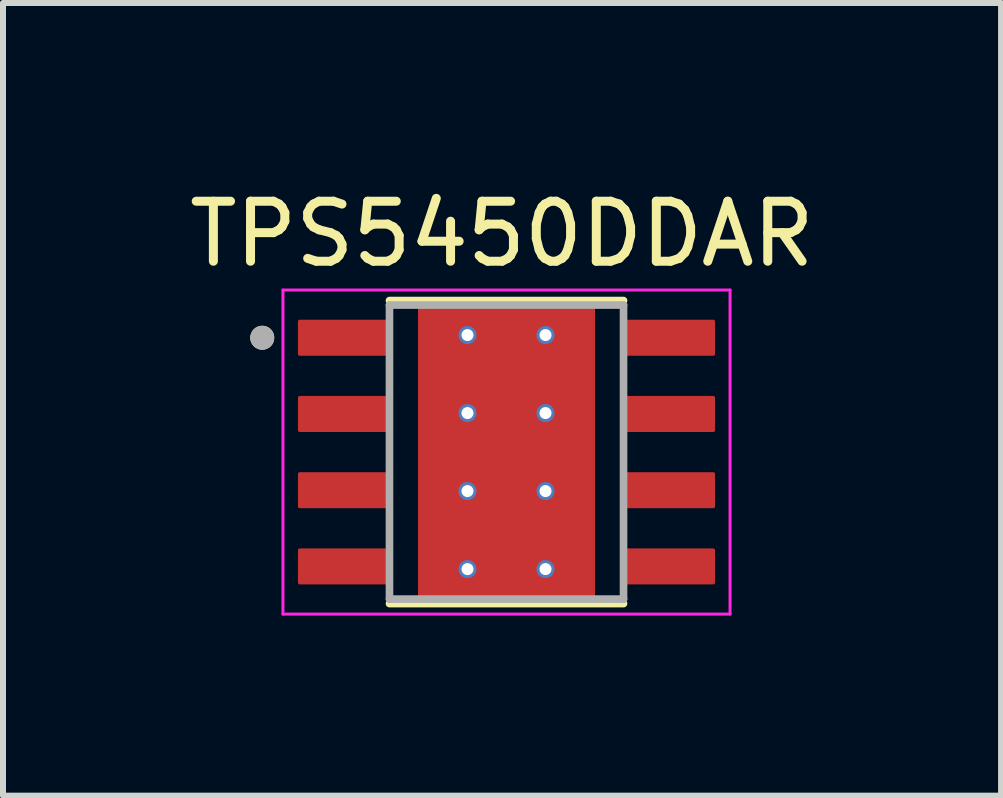
<source format=kicad_pcb>
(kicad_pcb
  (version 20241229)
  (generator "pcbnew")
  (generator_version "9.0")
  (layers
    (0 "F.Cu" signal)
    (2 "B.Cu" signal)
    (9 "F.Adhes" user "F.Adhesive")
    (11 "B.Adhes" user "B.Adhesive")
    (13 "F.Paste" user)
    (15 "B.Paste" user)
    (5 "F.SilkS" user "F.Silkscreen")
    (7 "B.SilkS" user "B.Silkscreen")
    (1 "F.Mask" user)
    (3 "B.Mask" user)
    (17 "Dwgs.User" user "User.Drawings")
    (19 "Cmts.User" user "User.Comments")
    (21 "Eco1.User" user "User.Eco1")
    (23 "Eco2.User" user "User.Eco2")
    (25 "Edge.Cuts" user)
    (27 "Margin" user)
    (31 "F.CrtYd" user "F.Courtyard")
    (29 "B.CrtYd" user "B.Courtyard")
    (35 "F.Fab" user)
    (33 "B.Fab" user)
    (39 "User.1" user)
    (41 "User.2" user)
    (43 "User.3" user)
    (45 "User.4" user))
  (footprint "TPS5450DDAR"
    (layer "F.Cu")
    (at 5.39 4.483)
    (property "Reference" "TPS5450DDAR" (at -0.075 -3.635 0) (layer "F.SilkS") (effects (font (size 1 1) (thickness 0.15))))
    (attr smd)
    (fp_poly (pts (xy -1.3 -1.55) (xy 1.3 -1.55) (xy 1.3 1.55) (xy -1.3 1.55)) (stroke (width 0.01) (type solid)) (fill yes) (layer "F.Mask"))
    (fp_poly (pts (xy -1.905 -1.535) (xy -3.495 -1.535) (xy -3.498 -1.535) (xy -3.5 -1.535) (xy -3.503 -1.536) (xy -3.505 -1.536) (xy -3.508 -1.537) (xy -3.51 -1.537) (xy -3.513 -1.538) (xy -3.515 -1.539) (xy -3.518 -1.54) (xy -3.52 -1.542) (xy -3.522 -1.543) (xy -3.524 -1.545) (xy -3.526 -1.546) (xy -3.528 -1.548) (xy -3.53 -1.55) (xy -3.532 -1.552) (xy -3.534 -1.554) (xy -3.535 -1.556) (xy -3.537 -1.558) (xy -3.538 -1.56) (xy -3.54 -1.562) (xy -3.541 -1.565) (xy -3.542 -1.567) (xy -3.543 -1.57) (xy -3.543 -1.572) (xy -3.544 -1.575) (xy -3.544 -1.577) (xy -3.545 -1.58) (xy -3.545 -1.582) (xy -3.545 -1.585) (xy -3.545 -2.225) (xy -3.545 -2.228) (xy -3.545 -2.23) (xy -3.544 -2.233) (xy -3.544 -2.235) (xy -3.543 -2.238) (xy -3.543 -2.24) (xy -3.542 -2.243) (xy -3.541 -2.245) (xy -3.54 -2.248) (xy -3.538 -2.25) (xy -3.537 -2.252) (xy -3.535 -2.254) (xy -3.534 -2.256) (xy -3.532 -2.258) (xy -3.53 -2.26) (xy -3.528 -2.262) (xy -3.526 -2.264) (xy -3.524 -2.265) (xy -3.522 -2.267) (xy -3.52 -2.268) (xy -3.518 -2.27) (xy -3.515 -2.271) (xy -3.513 -2.272) (xy -3.51 -2.273) (xy -3.508 -2.273) (xy -3.505 -2.274) (xy -3.503 -2.274) (xy -3.5 -2.275) (xy -3.498 -2.275) (xy -3.495 -2.275) (xy -1.905 -2.275) (xy -1.902 -2.275) (xy -1.9 -2.275) (xy -1.897 -2.274) (xy -1.895 -2.274) (xy -1.892 -2.273) (xy -1.89 -2.273) (xy -1.887 -2.272) (xy -1.885 -2.271) (xy -1.882 -2.27) (xy -1.88 -2.268) (xy -1.878 -2.267) (xy -1.876 -2.265) (xy -1.874 -2.264) (xy -1.872 -2.262) (xy -1.87 -2.26) (xy -1.868 -2.258) (xy -1.866 -2.256) (xy -1.865 -2.254) (xy -1.863 -2.252) (xy -1.862 -2.25) (xy -1.86 -2.248) (xy -1.859 -2.245) (xy -1.858 -2.243) (xy -1.857 -2.24) (xy -1.857 -2.238) (xy -1.856 -2.235) (xy -1.856 -2.233) (xy -1.855 -2.23) (xy -1.855 -2.228) (xy -1.855 -2.225) (xy -1.855 -1.585) (xy -1.855 -1.582) (xy -1.855 -1.58) (xy -1.856 -1.577) (xy -1.856 -1.575) (xy -1.857 -1.572) (xy -1.857 -1.57) (xy -1.858 -1.567) (xy -1.859 -1.565) (xy -1.86 -1.562) (xy -1.862 -1.56) (xy -1.863 -1.558) (xy -1.865 -1.556) (xy -1.866 -1.554) (xy -1.868 -1.552) (xy -1.87 -1.55) (xy -1.872 -1.548) (xy -1.874 -1.546) (xy -1.876 -1.545) (xy -1.878 -1.543) (xy -1.88 -1.542) (xy -1.882 -1.54) (xy -1.885 -1.539) (xy -1.887 -1.538) (xy -1.89 -1.537) (xy -1.892 -1.537) (xy -1.895 -1.536) (xy -1.897 -1.536) (xy -1.9 -1.535) (xy -1.902 -1.535) (xy -1.905 -1.535)) (stroke (width 0.01) (type solid)) (fill yes) (layer "F.Mask"))
    (fp_poly (pts (xy -1.905 -0.265) (xy -3.495 -0.265) (xy -3.498 -0.265) (xy -3.5 -0.265) (xy -3.503 -0.266) (xy -3.505 -0.266) (xy -3.508 -0.267) (xy -3.51 -0.267) (xy -3.513 -0.268) (xy -3.515 -0.269) (xy -3.518 -0.27) (xy -3.52 -0.272) (xy -3.522 -0.273) (xy -3.524 -0.275) (xy -3.526 -0.276) (xy -3.528 -0.278) (xy -3.53 -0.28) (xy -3.532 -0.282) (xy -3.534 -0.284) (xy -3.535 -0.286) (xy -3.537 -0.288) (xy -3.538 -0.29) (xy -3.54 -0.292) (xy -3.541 -0.295) (xy -3.542 -0.297) (xy -3.543 -0.3) (xy -3.543 -0.302) (xy -3.544 -0.305) (xy -3.544 -0.307) (xy -3.545 -0.31) (xy -3.545 -0.312) (xy -3.545 -0.315) (xy -3.545 -0.955) (xy -3.545 -0.958) (xy -3.545 -0.96) (xy -3.544 -0.963) (xy -3.544 -0.965) (xy -3.543 -0.968) (xy -3.543 -0.97) (xy -3.542 -0.973) (xy -3.541 -0.975) (xy -3.54 -0.978) (xy -3.538 -0.98) (xy -3.537 -0.982) (xy -3.535 -0.984) (xy -3.534 -0.986) (xy -3.532 -0.988) (xy -3.53 -0.99) (xy -3.528 -0.992) (xy -3.526 -0.994) (xy -3.524 -0.995) (xy -3.522 -0.997) (xy -3.52 -0.998) (xy -3.518 -1) (xy -3.515 -1.001) (xy -3.513 -1.002) (xy -3.51 -1.003) (xy -3.508 -1.003) (xy -3.505 -1.004) (xy -3.503 -1.004) (xy -3.5 -1.005) (xy -3.498 -1.005) (xy -3.495 -1.005) (xy -1.905 -1.005) (xy -1.902 -1.005) (xy -1.9 -1.005) (xy -1.897 -1.004) (xy -1.895 -1.004) (xy -1.892 -1.003) (xy -1.89 -1.003) (xy -1.887 -1.002) (xy -1.885 -1.001) (xy -1.882 -1) (xy -1.88 -0.998) (xy -1.878 -0.997) (xy -1.876 -0.995) (xy -1.874 -0.994) (xy -1.872 -0.992) (xy -1.87 -0.99) (xy -1.868 -0.988) (xy -1.866 -0.986) (xy -1.865 -0.984) (xy -1.863 -0.982) (xy -1.862 -0.98) (xy -1.86 -0.978) (xy -1.859 -0.975) (xy -1.858 -0.973) (xy -1.857 -0.97) (xy -1.857 -0.968) (xy -1.856 -0.965) (xy -1.856 -0.963) (xy -1.855 -0.96) (xy -1.855 -0.958) (xy -1.855 -0.955) (xy -1.855 -0.315) (xy -1.855 -0.312) (xy -1.855 -0.31) (xy -1.856 -0.307) (xy -1.856 -0.305) (xy -1.857 -0.302) (xy -1.857 -0.3) (xy -1.858 -0.297) (xy -1.859 -0.295) (xy -1.86 -0.292) (xy -1.862 -0.29) (xy -1.863 -0.288) (xy -1.865 -0.286) (xy -1.866 -0.284) (xy -1.868 -0.282) (xy -1.87 -0.28) (xy -1.872 -0.278) (xy -1.874 -0.276) (xy -1.876 -0.275) (xy -1.878 -0.273) (xy -1.88 -0.272) (xy -1.882 -0.27) (xy -1.885 -0.269) (xy -1.887 -0.268) (xy -1.89 -0.267) (xy -1.892 -0.267) (xy -1.895 -0.266) (xy -1.897 -0.266) (xy -1.9 -0.265) (xy -1.902 -0.265) (xy -1.905 -0.265)) (stroke (width 0.01) (type solid)) (fill yes) (layer "F.Mask"))
    (fp_poly (pts (xy -1.905 1.005) (xy -3.495 1.005) (xy -3.498 1.005) (xy -3.5 1.005) (xy -3.503 1.004) (xy -3.505 1.004) (xy -3.508 1.003) (xy -3.51 1.003) (xy -3.513 1.002) (xy -3.515 1.001) (xy -3.518 1) (xy -3.52 0.998) (xy -3.522 0.997) (xy -3.524 0.995) (xy -3.526 0.994) (xy -3.528 0.992) (xy -3.53 0.99) (xy -3.532 0.988) (xy -3.534 0.986) (xy -3.535 0.984) (xy -3.537 0.982) (xy -3.538 0.98) (xy -3.54 0.978) (xy -3.541 0.975) (xy -3.542 0.973) (xy -3.543 0.97) (xy -3.543 0.968) (xy -3.544 0.965) (xy -3.544 0.963) (xy -3.545 0.96) (xy -3.545 0.958) (xy -3.545 0.955) (xy -3.545 0.315) (xy -3.545 0.312) (xy -3.545 0.31) (xy -3.544 0.307) (xy -3.544 0.305) (xy -3.543 0.302) (xy -3.543 0.3) (xy -3.542 0.297) (xy -3.541 0.295) (xy -3.54 0.292) (xy -3.538 0.29) (xy -3.537 0.288) (xy -3.535 0.286) (xy -3.534 0.284) (xy -3.532 0.282) (xy -3.53 0.28) (xy -3.528 0.278) (xy -3.526 0.276) (xy -3.524 0.275) (xy -3.522 0.273) (xy -3.52 0.272) (xy -3.518 0.27) (xy -3.515 0.269) (xy -3.513 0.268) (xy -3.51 0.267) (xy -3.508 0.267) (xy -3.505 0.266) (xy -3.503 0.266) (xy -3.5 0.265) (xy -3.498 0.265) (xy -3.495 0.265) (xy -1.905 0.265) (xy -1.902 0.265) (xy -1.9 0.265) (xy -1.897 0.266) (xy -1.895 0.266) (xy -1.892 0.267) (xy -1.89 0.267) (xy -1.887 0.268) (xy -1.885 0.269) (xy -1.882 0.27) (xy -1.88 0.272) (xy -1.878 0.273) (xy -1.876 0.275) (xy -1.874 0.276) (xy -1.872 0.278) (xy -1.87 0.28) (xy -1.868 0.282) (xy -1.866 0.284) (xy -1.865 0.286) (xy -1.863 0.288) (xy -1.862 0.29) (xy -1.86 0.292) (xy -1.859 0.295) (xy -1.858 0.297) (xy -1.857 0.3) (xy -1.857 0.302) (xy -1.856 0.305) (xy -1.856 0.307) (xy -1.855 0.31) (xy -1.855 0.312) (xy -1.855 0.315) (xy -1.855 0.955) (xy -1.855 0.958) (xy -1.855 0.96) (xy -1.856 0.963) (xy -1.856 0.965) (xy -1.857 0.968) (xy -1.857 0.97) (xy -1.858 0.973) (xy -1.859 0.975) (xy -1.86 0.978) (xy -1.862 0.98) (xy -1.863 0.982) (xy -1.865 0.984) (xy -1.866 0.986) (xy -1.868 0.988) (xy -1.87 0.99) (xy -1.872 0.992) (xy -1.874 0.994) (xy -1.876 0.995) (xy -1.878 0.997) (xy -1.88 0.998) (xy -1.882 1) (xy -1.885 1.001) (xy -1.887 1.002) (xy -1.89 1.003) (xy -1.892 1.003) (xy -1.895 1.004) (xy -1.897 1.004) (xy -1.9 1.005) (xy -1.902 1.005) (xy -1.905 1.005)) (stroke (width 0.01) (type solid)) (fill yes) (layer "F.Mask"))
    (fp_poly (pts (xy -1.905 2.275) (xy -3.495 2.275) (xy -3.498 2.275) (xy -3.5 2.275) (xy -3.503 2.274) (xy -3.505 2.274) (xy -3.508 2.273) (xy -3.51 2.273) (xy -3.513 2.272) (xy -3.515 2.271) (xy -3.518 2.27) (xy -3.52 2.268) (xy -3.522 2.267) (xy -3.524 2.265) (xy -3.526 2.264) (xy -3.528 2.262) (xy -3.53 2.26) (xy -3.532 2.258) (xy -3.534 2.256) (xy -3.535 2.254) (xy -3.537 2.252) (xy -3.538 2.25) (xy -3.54 2.248) (xy -3.541 2.245) (xy -3.542 2.243) (xy -3.543 2.24) (xy -3.543 2.238) (xy -3.544 2.235) (xy -3.544 2.233) (xy -3.545 2.23) (xy -3.545 2.228) (xy -3.545 2.225) (xy -3.545 1.585) (xy -3.545 1.582) (xy -3.545 1.58) (xy -3.544 1.577) (xy -3.544 1.575) (xy -3.543 1.572) (xy -3.543 1.57) (xy -3.542 1.567) (xy -3.541 1.565) (xy -3.54 1.562) (xy -3.538 1.56) (xy -3.537 1.558) (xy -3.535 1.556) (xy -3.534 1.554) (xy -3.532 1.552) (xy -3.53 1.55) (xy -3.528 1.548) (xy -3.526 1.546) (xy -3.524 1.545) (xy -3.522 1.543) (xy -3.52 1.542) (xy -3.518 1.54) (xy -3.515 1.539) (xy -3.513 1.538) (xy -3.51 1.537) (xy -3.508 1.537) (xy -3.505 1.536) (xy -3.503 1.536) (xy -3.5 1.535) (xy -3.498 1.535) (xy -3.495 1.535) (xy -1.905 1.535) (xy -1.902 1.535) (xy -1.9 1.535) (xy -1.897 1.536) (xy -1.895 1.536) (xy -1.892 1.537) (xy -1.89 1.537) (xy -1.887 1.538) (xy -1.885 1.539) (xy -1.882 1.54) (xy -1.88 1.542) (xy -1.878 1.543) (xy -1.876 1.545) (xy -1.874 1.546) (xy -1.872 1.548) (xy -1.87 1.55) (xy -1.868 1.552) (xy -1.866 1.554) (xy -1.865 1.556) (xy -1.863 1.558) (xy -1.862 1.56) (xy -1.86 1.562) (xy -1.859 1.565) (xy -1.858 1.567) (xy -1.857 1.57) (xy -1.857 1.572) (xy -1.856 1.575) (xy -1.856 1.577) (xy -1.855 1.58) (xy -1.855 1.582) (xy -1.855 1.585) (xy -1.855 2.225) (xy -1.855 2.228) (xy -1.855 2.23) (xy -1.856 2.233) (xy -1.856 2.235) (xy -1.857 2.238) (xy -1.857 2.24) (xy -1.858 2.243) (xy -1.859 2.245) (xy -1.86 2.248) (xy -1.862 2.25) (xy -1.863 2.252) (xy -1.865 2.254) (xy -1.866 2.256) (xy -1.868 2.258) (xy -1.87 2.26) (xy -1.872 2.262) (xy -1.874 2.264) (xy -1.876 2.265) (xy -1.878 2.267) (xy -1.88 2.268) (xy -1.882 2.27) (xy -1.885 2.271) (xy -1.887 2.272) (xy -1.89 2.273) (xy -1.892 2.273) (xy -1.895 2.274) (xy -1.897 2.274) (xy -1.9 2.275) (xy -1.902 2.275) (xy -1.905 2.275)) (stroke (width 0.01) (type solid)) (fill yes) (layer "F.Mask"))
    (fp_poly (pts (xy 3.495 -1.535) (xy 1.905 -1.535) (xy 1.902 -1.535) (xy 1.9 -1.535) (xy 1.897 -1.536) (xy 1.895 -1.536) (xy 1.892 -1.537) (xy 1.89 -1.537) (xy 1.887 -1.538) (xy 1.885 -1.539) (xy 1.882 -1.54) (xy 1.88 -1.542) (xy 1.878 -1.543) (xy 1.876 -1.545) (xy 1.874 -1.546) (xy 1.872 -1.548) (xy 1.87 -1.55) (xy 1.868 -1.552) (xy 1.866 -1.554) (xy 1.865 -1.556) (xy 1.863 -1.558) (xy 1.862 -1.56) (xy 1.86 -1.562) (xy 1.859 -1.565) (xy 1.858 -1.567) (xy 1.857 -1.57) (xy 1.857 -1.572) (xy 1.856 -1.575) (xy 1.856 -1.577) (xy 1.855 -1.58) (xy 1.855 -1.582) (xy 1.855 -1.585) (xy 1.855 -2.225) (xy 1.855 -2.228) (xy 1.855 -2.23) (xy 1.856 -2.233) (xy 1.856 -2.235) (xy 1.857 -2.238) (xy 1.857 -2.24) (xy 1.858 -2.243) (xy 1.859 -2.245) (xy 1.86 -2.248) (xy 1.862 -2.25) (xy 1.863 -2.252) (xy 1.865 -2.254) (xy 1.866 -2.256) (xy 1.868 -2.258) (xy 1.87 -2.26) (xy 1.872 -2.262) (xy 1.874 -2.264) (xy 1.876 -2.265) (xy 1.878 -2.267) (xy 1.88 -2.268) (xy 1.882 -2.27) (xy 1.885 -2.271) (xy 1.887 -2.272) (xy 1.89 -2.273) (xy 1.892 -2.273) (xy 1.895 -2.274) (xy 1.897 -2.274) (xy 1.9 -2.275) (xy 1.902 -2.275) (xy 1.905 -2.275) (xy 3.495 -2.275) (xy 3.498 -2.275) (xy 3.5 -2.275) (xy 3.503 -2.274) (xy 3.505 -2.274) (xy 3.508 -2.273) (xy 3.51 -2.273) (xy 3.513 -2.272) (xy 3.515 -2.271) (xy 3.518 -2.27) (xy 3.52 -2.268) (xy 3.522 -2.267) (xy 3.524 -2.265) (xy 3.526 -2.264) (xy 3.528 -2.262) (xy 3.53 -2.26) (xy 3.532 -2.258) (xy 3.534 -2.256) (xy 3.535 -2.254) (xy 3.537 -2.252) (xy 3.538 -2.25) (xy 3.54 -2.248) (xy 3.541 -2.245) (xy 3.542 -2.243) (xy 3.543 -2.24) (xy 3.543 -2.238) (xy 3.544 -2.235) (xy 3.544 -2.233) (xy 3.545 -2.23) (xy 3.545 -2.228) (xy 3.545 -2.225) (xy 3.545 -1.585) (xy 3.545 -1.582) (xy 3.545 -1.58) (xy 3.544 -1.577) (xy 3.544 -1.575) (xy 3.543 -1.572) (xy 3.543 -1.57) (xy 3.542 -1.567) (xy 3.541 -1.565) (xy 3.54 -1.562) (xy 3.538 -1.56) (xy 3.537 -1.558) (xy 3.535 -1.556) (xy 3.534 -1.554) (xy 3.532 -1.552) (xy 3.53 -1.55) (xy 3.528 -1.548) (xy 3.526 -1.546) (xy 3.524 -1.545) (xy 3.522 -1.543) (xy 3.52 -1.542) (xy 3.518 -1.54) (xy 3.515 -1.539) (xy 3.513 -1.538) (xy 3.51 -1.537) (xy 3.508 -1.537) (xy 3.505 -1.536) (xy 3.503 -1.536) (xy 3.5 -1.535) (xy 3.498 -1.535) (xy 3.495 -1.535)) (stroke (width 0.01) (type solid)) (fill yes) (layer "F.Mask"))
    (fp_poly (pts (xy 3.495 -0.265) (xy 1.905 -0.265) (xy 1.902 -0.265) (xy 1.9 -0.265) (xy 1.897 -0.266) (xy 1.895 -0.266) (xy 1.892 -0.267) (xy 1.89 -0.267) (xy 1.887 -0.268) (xy 1.885 -0.269) (xy 1.882 -0.27) (xy 1.88 -0.272) (xy 1.878 -0.273) (xy 1.876 -0.275) (xy 1.874 -0.276) (xy 1.872 -0.278) (xy 1.87 -0.28) (xy 1.868 -0.282) (xy 1.866 -0.284) (xy 1.865 -0.286) (xy 1.863 -0.288) (xy 1.862 -0.29) (xy 1.86 -0.292) (xy 1.859 -0.295) (xy 1.858 -0.297) (xy 1.857 -0.3) (xy 1.857 -0.302) (xy 1.856 -0.305) (xy 1.856 -0.307) (xy 1.855 -0.31) (xy 1.855 -0.312) (xy 1.855 -0.315) (xy 1.855 -0.955) (xy 1.855 -0.958) (xy 1.855 -0.96) (xy 1.856 -0.963) (xy 1.856 -0.965) (xy 1.857 -0.968) (xy 1.857 -0.97) (xy 1.858 -0.973) (xy 1.859 -0.975) (xy 1.86 -0.978) (xy 1.862 -0.98) (xy 1.863 -0.982) (xy 1.865 -0.984) (xy 1.866 -0.986) (xy 1.868 -0.988) (xy 1.87 -0.99) (xy 1.872 -0.992) (xy 1.874 -0.994) (xy 1.876 -0.995) (xy 1.878 -0.997) (xy 1.88 -0.998) (xy 1.882 -1) (xy 1.885 -1.001) (xy 1.887 -1.002) (xy 1.89 -1.003) (xy 1.892 -1.003) (xy 1.895 -1.004) (xy 1.897 -1.004) (xy 1.9 -1.005) (xy 1.902 -1.005) (xy 1.905 -1.005) (xy 3.495 -1.005) (xy 3.498 -1.005) (xy 3.5 -1.005) (xy 3.503 -1.004) (xy 3.505 -1.004) (xy 3.508 -1.003) (xy 3.51 -1.003) (xy 3.513 -1.002) (xy 3.515 -1.001) (xy 3.518 -1) (xy 3.52 -0.998) (xy 3.522 -0.997) (xy 3.524 -0.995) (xy 3.526 -0.994) (xy 3.528 -0.992) (xy 3.53 -0.99) (xy 3.532 -0.988) (xy 3.534 -0.986) (xy 3.535 -0.984) (xy 3.537 -0.982) (xy 3.538 -0.98) (xy 3.54 -0.978) (xy 3.541 -0.975) (xy 3.542 -0.973) (xy 3.543 -0.97) (xy 3.543 -0.968) (xy 3.544 -0.965) (xy 3.544 -0.963) (xy 3.545 -0.96) (xy 3.545 -0.958) (xy 3.545 -0.955) (xy 3.545 -0.315) (xy 3.545 -0.312) (xy 3.545 -0.31) (xy 3.544 -0.307) (xy 3.544 -0.305) (xy 3.543 -0.302) (xy 3.543 -0.3) (xy 3.542 -0.297) (xy 3.541 -0.295) (xy 3.54 -0.292) (xy 3.538 -0.29) (xy 3.537 -0.288) (xy 3.535 -0.286) (xy 3.534 -0.284) (xy 3.532 -0.282) (xy 3.53 -0.28) (xy 3.528 -0.278) (xy 3.526 -0.276) (xy 3.524 -0.275) (xy 3.522 -0.273) (xy 3.52 -0.272) (xy 3.518 -0.27) (xy 3.515 -0.269) (xy 3.513 -0.268) (xy 3.51 -0.267) (xy 3.508 -0.267) (xy 3.505 -0.266) (xy 3.503 -0.266) (xy 3.5 -0.265) (xy 3.498 -0.265) (xy 3.495 -0.265)) (stroke (width 0.01) (type solid)) (fill yes) (layer "F.Mask"))
    (fp_poly (pts (xy 3.495 1.005) (xy 1.905 1.005) (xy 1.902 1.005) (xy 1.9 1.005) (xy 1.897 1.004) (xy 1.895 1.004) (xy 1.892 1.003) (xy 1.89 1.003) (xy 1.887 1.002) (xy 1.885 1.001) (xy 1.882 1) (xy 1.88 0.998) (xy 1.878 0.997) (xy 1.876 0.995) (xy 1.874 0.994) (xy 1.872 0.992) (xy 1.87 0.99) (xy 1.868 0.988) (xy 1.866 0.986) (xy 1.865 0.984) (xy 1.863 0.982) (xy 1.862 0.98) (xy 1.86 0.978) (xy 1.859 0.975) (xy 1.858 0.973) (xy 1.857 0.97) (xy 1.857 0.968) (xy 1.856 0.965) (xy 1.856 0.963) (xy 1.855 0.96) (xy 1.855 0.958) (xy 1.855 0.955) (xy 1.855 0.315) (xy 1.855 0.312) (xy 1.855 0.31) (xy 1.856 0.307) (xy 1.856 0.305) (xy 1.857 0.302) (xy 1.857 0.3) (xy 1.858 0.297) (xy 1.859 0.295) (xy 1.86 0.292) (xy 1.862 0.29) (xy 1.863 0.288) (xy 1.865 0.286) (xy 1.866 0.284) (xy 1.868 0.282) (xy 1.87 0.28) (xy 1.872 0.278) (xy 1.874 0.276) (xy 1.876 0.275) (xy 1.878 0.273) (xy 1.88 0.272) (xy 1.882 0.27) (xy 1.885 0.269) (xy 1.887 0.268) (xy 1.89 0.267) (xy 1.892 0.267) (xy 1.895 0.266) (xy 1.897 0.266) (xy 1.9 0.265) (xy 1.902 0.265) (xy 1.905 0.265) (xy 3.495 0.265) (xy 3.498 0.265) (xy 3.5 0.265) (xy 3.503 0.266) (xy 3.505 0.266) (xy 3.508 0.267) (xy 3.51 0.267) (xy 3.513 0.268) (xy 3.515 0.269) (xy 3.518 0.27) (xy 3.52 0.272) (xy 3.522 0.273) (xy 3.524 0.275) (xy 3.526 0.276) (xy 3.528 0.278) (xy 3.53 0.28) (xy 3.532 0.282) (xy 3.534 0.284) (xy 3.535 0.286) (xy 3.537 0.288) (xy 3.538 0.29) (xy 3.54 0.292) (xy 3.541 0.295) (xy 3.542 0.297) (xy 3.543 0.3) (xy 3.543 0.302) (xy 3.544 0.305) (xy 3.544 0.307) (xy 3.545 0.31) (xy 3.545 0.312) (xy 3.545 0.315) (xy 3.545 0.955) (xy 3.545 0.958) (xy 3.545 0.96) (xy 3.544 0.963) (xy 3.544 0.965) (xy 3.543 0.968) (xy 3.543 0.97) (xy 3.542 0.973) (xy 3.541 0.975) (xy 3.54 0.978) (xy 3.538 0.98) (xy 3.537 0.982) (xy 3.535 0.984) (xy 3.534 0.986) (xy 3.532 0.988) (xy 3.53 0.99) (xy 3.528 0.992) (xy 3.526 0.994) (xy 3.524 0.995) (xy 3.522 0.997) (xy 3.52 0.998) (xy 3.518 1) (xy 3.515 1.001) (xy 3.513 1.002) (xy 3.51 1.003) (xy 3.508 1.003) (xy 3.505 1.004) (xy 3.503 1.004) (xy 3.5 1.005) (xy 3.498 1.005) (xy 3.495 1.005)) (stroke (width 0.01) (type solid)) (fill yes) (layer "F.Mask"))
    (fp_poly (pts (xy 3.495 2.275) (xy 1.905 2.275) (xy 1.902 2.275) (xy 1.9 2.275) (xy 1.897 2.274) (xy 1.895 2.274) (xy 1.892 2.273) (xy 1.89 2.273) (xy 1.887 2.272) (xy 1.885 2.271) (xy 1.882 2.27) (xy 1.88 2.268) (xy 1.878 2.267) (xy 1.876 2.265) (xy 1.874 2.264) (xy 1.872 2.262) (xy 1.87 2.26) (xy 1.868 2.258) (xy 1.866 2.256) (xy 1.865 2.254) (xy 1.863 2.252) (xy 1.862 2.25) (xy 1.86 2.248) (xy 1.859 2.245) (xy 1.858 2.243) (xy 1.857 2.24) (xy 1.857 2.238) (xy 1.856 2.235) (xy 1.856 2.233) (xy 1.855 2.23) (xy 1.855 2.228) (xy 1.855 2.225) (xy 1.855 1.585) (xy 1.855 1.582) (xy 1.855 1.58) (xy 1.856 1.577) (xy 1.856 1.575) (xy 1.857 1.572) (xy 1.857 1.57) (xy 1.858 1.567) (xy 1.859 1.565) (xy 1.86 1.562) (xy 1.862 1.56) (xy 1.863 1.558) (xy 1.865 1.556) (xy 1.866 1.554) (xy 1.868 1.552) (xy 1.87 1.55) (xy 1.872 1.548) (xy 1.874 1.546) (xy 1.876 1.545) (xy 1.878 1.543) (xy 1.88 1.542) (xy 1.882 1.54) (xy 1.885 1.539) (xy 1.887 1.538) (xy 1.89 1.537) (xy 1.892 1.537) (xy 1.895 1.536) (xy 1.897 1.536) (xy 1.9 1.535) (xy 1.902 1.535) (xy 1.905 1.535) (xy 3.495 1.535) (xy 3.498 1.535) (xy 3.5 1.535) (xy 3.503 1.536) (xy 3.505 1.536) (xy 3.508 1.537) (xy 3.51 1.537) (xy 3.513 1.538) (xy 3.515 1.539) (xy 3.518 1.54) (xy 3.52 1.542) (xy 3.522 1.543) (xy 3.524 1.545) (xy 3.526 1.546) (xy 3.528 1.548) (xy 3.53 1.55) (xy 3.532 1.552) (xy 3.534 1.554) (xy 3.535 1.556) (xy 3.537 1.558) (xy 3.538 1.56) (xy 3.54 1.562) (xy 3.541 1.565) (xy 3.542 1.567) (xy 3.543 1.57) (xy 3.543 1.572) (xy 3.544 1.575) (xy 3.544 1.577) (xy 3.545 1.58) (xy 3.545 1.582) (xy 3.545 1.585) (xy 3.545 2.225) (xy 3.545 2.228) (xy 3.545 2.23) (xy 3.544 2.233) (xy 3.544 2.235) (xy 3.543 2.238) (xy 3.543 2.24) (xy 3.542 2.243) (xy 3.541 2.245) (xy 3.54 2.248) (xy 3.538 2.25) (xy 3.537 2.252) (xy 3.535 2.254) (xy 3.534 2.256) (xy 3.532 2.258) (xy 3.53 2.26) (xy 3.528 2.262) (xy 3.526 2.264) (xy 3.524 2.265) (xy 3.522 2.267) (xy 3.52 2.268) (xy 3.518 2.27) (xy 3.515 2.271) (xy 3.513 2.272) (xy 3.51 2.273) (xy 3.508 2.273) (xy 3.505 2.274) (xy 3.503 2.274) (xy 3.5 2.275) (xy 3.498 2.275) (xy 3.495 2.275)) (stroke (width 0.01) (type solid)) (fill yes) (layer "F.Mask"))
    (fp_line (start -1.95 -2.525) (end 1.95 -2.525) (stroke (width 0.127) (type solid)) (layer "F.SilkS"))
    (fp_line (start -1.95 2.525) (end 1.95 2.525) (stroke (width 0.127) (type solid)) (layer "F.SilkS"))
    (fp_circle (center -4.07 -1.905) (end -3.97 -1.905) (stroke (width 0.2) (type solid)) (fill no) (layer "F.SilkS"))
    (fp_poly (pts (xy -1.3 -1.55) (xy 1.3 -1.55) (xy 1.3 1.55) (xy -1.3 1.55)) (stroke (width 0.01) (type solid)) (fill yes) (layer "F.Paste"))
    (fp_line (start -3.725 -2.7) (end -3.725 2.7) (stroke (width 0.05) (type solid)) (layer "F.CrtYd"))
    (fp_line (start -3.725 -2.7) (end 3.725 -2.7) (stroke (width 0.05) (type solid)) (layer "F.CrtYd"))
    (fp_line (start -3.725 2.7) (end 3.725 2.7) (stroke (width 0.05) (type solid)) (layer "F.CrtYd"))
    (fp_line (start 3.725 -2.7) (end 3.725 2.7) (stroke (width 0.05) (type solid)) (layer "F.CrtYd"))
    (fp_line (start -1.95 -2.45) (end -1.95 2.45) (stroke (width 0.127) (type solid)) (layer "F.Fab"))
    (fp_line (start -1.95 -2.45) (end 1.95 -2.45) (stroke (width 0.127) (type solid)) (layer "F.Fab"))
    (fp_line (start -1.95 2.45) (end 1.95 2.45) (stroke (width 0.127) (type solid)) (layer "F.Fab"))
    (fp_line (start 1.95 -2.45) (end 1.95 2.45) (stroke (width 0.127) (type solid)) (layer "F.Fab"))
    (fp_circle (center -4.07 -1.905) (end -3.97 -1.905) (stroke (width 0.2) (type solid)) (fill no) (layer "F.Fab"))
    (pad "1" smd roundrect (at -2.7 -1.905) (size 1.55 0.6) (layers "F.Cu" "F.Paste") (roundrect_rratio 0.05))
    (pad "2" smd roundrect (at -2.7 -0.635) (size 1.55 0.6) (layers "F.Cu" "F.Paste") (roundrect_rratio 0.05))
    (pad "3" smd roundrect (at -2.7 0.635) (size 1.55 0.6) (layers "F.Cu" "F.Paste") (roundrect_rratio 0.05))
    (pad "4" smd roundrect (at -2.7 1.905) (size 1.55 0.6) (layers "F.Cu" "F.Paste") (roundrect_rratio 0.05))
    (pad "5" smd roundrect (at 2.7 1.905) (size 1.55 0.6) (layers "F.Cu" "F.Paste") (roundrect_rratio 0.05))
    (pad "6" smd roundrect (at 2.7 0.635) (size 1.55 0.6) (layers "F.Cu" "F.Paste") (roundrect_rratio 0.05))
    (pad "7" smd roundrect (at 2.7 -0.635) (size 1.55 0.6) (layers "F.Cu" "F.Paste") (roundrect_rratio 0.05))
    (pad "8" smd roundrect (at 2.7 -1.905) (size 1.55 0.6) (layers "F.Cu" "F.Paste") (roundrect_rratio 0.05))
    (pad "9" smd rect (at 0 0) (size 2.95 4.9) (layers "F.Cu"))
    (pad "10" thru_hole circle (at -0.65 -1.95) (size 0.3 0.3) (drill 0.2) (layers "*.Cu"))
    (pad "11" thru_hole circle (at 0.65 -1.95) (size 0.3 0.3) (drill 0.2) (layers "*.Cu"))
    (pad "12" thru_hole circle (at -0.65 -0.65) (size 0.3 0.3) (drill 0.2) (layers "*.Cu"))
    (pad "13" thru_hole circle (at 0.65 -0.65) (size 0.3 0.3) (drill 0.2) (layers "*.Cu"))
    (pad "14" thru_hole circle (at -0.65 0.65) (size 0.3 0.3) (drill 0.2) (layers "*.Cu"))
    (pad "15" thru_hole circle (at 0.65 0.65) (size 0.3 0.3) (drill 0.2) (layers "*.Cu"))
    (pad "16" thru_hole circle (at -0.65 1.95) (size 0.3 0.3) (drill 0.2) (layers "*.Cu"))
    (pad "17" thru_hole circle (at 0.65 1.95) (size 0.3 0.3) (drill 0.2) (layers "*.Cu")))
  (gr_rect
    (start -3 -3)
    (end 13.631 10.208)
    (stroke (width 0.1) (type default))
    (fill no)
    (layer "Edge.Cuts")))
</source>
